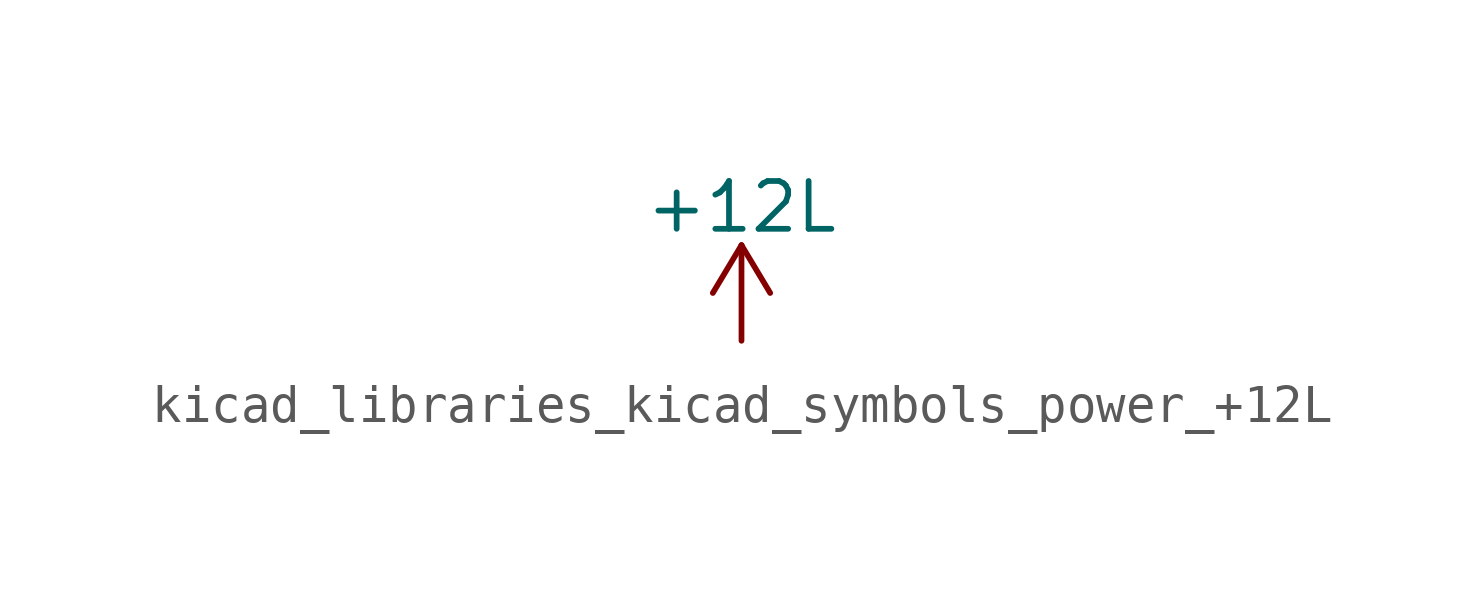
<source format=kicad_sym>
(kicad_symbol_lib
  (version 20220914)
  (generator kicad_symbol_editor)
  (symbol "kicad_libraries_kicad_symbols_power_+12L"
    (power)
    (pin_names
      (offset 0))
    (property "Reference" "#PWR"
      (at 0 -3.81 0)
      (effects (font (size 1.27 1.27)) hide))
    (property "Value" "+12L"
      (at 0 3.556 0)
      (effects (font (size 1.27 1.27))))
    (symbol "kicad_libraries_kicad_symbols_power_+12L_0_1"
      (polyline (pts (xy -0.762 1.27) (xy 0 2.54)) (stroke (width 0) (type default)) (fill (type none)))
      (polyline (pts (xy 0 0) (xy 0 2.54)) (stroke (width 0) (type default)) (fill (type none)))
      (polyline (pts (xy 0 2.54) (xy 0.762 1.27)) (stroke (width 0) (type default)) (fill (type none))))
    (symbol "kicad_libraries_kicad_symbols_power_+12L_1_1"
      (pin power_in line (at 0 0 90) (length 0) hide (name "+12L" (effects (font (size 1.27 1.27)))) (number "1" (effects (font (size 1.27 1.27))))))))
</source>
